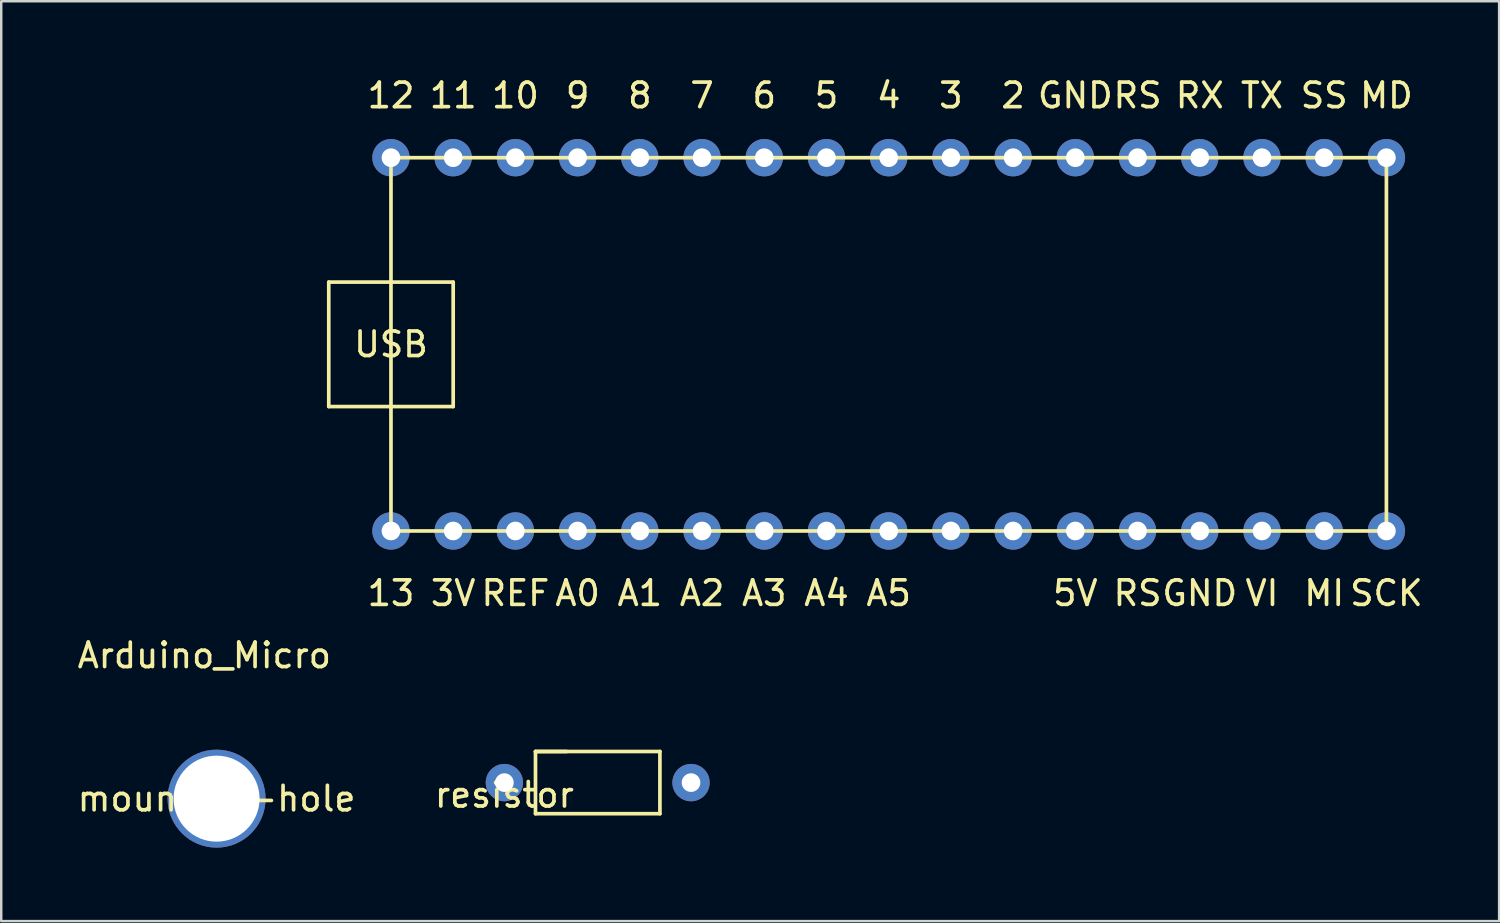
<source format=kicad_pcb>
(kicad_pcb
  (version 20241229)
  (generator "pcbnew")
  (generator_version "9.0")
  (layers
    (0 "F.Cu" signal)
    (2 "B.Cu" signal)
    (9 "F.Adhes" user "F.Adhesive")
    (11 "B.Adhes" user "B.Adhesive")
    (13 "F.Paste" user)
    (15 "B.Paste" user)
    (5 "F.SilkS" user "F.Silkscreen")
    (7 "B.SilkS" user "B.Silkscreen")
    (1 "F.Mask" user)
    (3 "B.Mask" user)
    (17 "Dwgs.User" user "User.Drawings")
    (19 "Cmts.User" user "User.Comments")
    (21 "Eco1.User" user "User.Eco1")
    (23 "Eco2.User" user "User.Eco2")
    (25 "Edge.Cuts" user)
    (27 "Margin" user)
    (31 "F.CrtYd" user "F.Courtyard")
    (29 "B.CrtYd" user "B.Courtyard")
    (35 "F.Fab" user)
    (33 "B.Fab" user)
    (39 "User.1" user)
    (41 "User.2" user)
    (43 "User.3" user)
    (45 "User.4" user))
  (footprint "Arduino_Micro"
    (layer "F.Cu")
    (at 12.912 18.628)
    (property "Reference" "Arduino_Micro" (at -7.62 5.08 0) (layer "F.SilkS") (effects (font (size 1 1) (thickness 0.15))))
    (attr through_hole)
    (fp_line (start -2.54 -10.16) (end 2.54 -10.16) (stroke (width 0.15) (type solid)) (layer "F.SilkS"))
    (fp_line (start -2.54 -5.08) (end -2.54 -10.16) (stroke (width 0.15) (type solid)) (layer "F.SilkS"))
    (fp_line (start 0 -15.24) (end 40.64 -15.24) (stroke (width 0.15) (type solid)) (layer "F.SilkS"))
    (fp_line (start 0 0) (end 0 -15.24) (stroke (width 0.15) (type solid)) (layer "F.SilkS"))
    (fp_line (start 2.54 -10.16) (end 2.54 -5.08) (stroke (width 0.15) (type solid)) (layer "F.SilkS"))
    (fp_line (start 2.54 -5.08) (end -2.54 -5.08) (stroke (width 0.15) (type solid)) (layer "F.SilkS"))
    (fp_line (start 40.64 -15.24) (end 40.64 0) (stroke (width 0.15) (type solid)) (layer "F.SilkS"))
    (fp_line (start 40.64 0) (end 0 0) (stroke (width 0.15) (type solid)) (layer "F.SilkS"))
    (fp_text user "5V" (at 27.94 2.54 0) (layer "F.SilkS") (effects (font (size 1 1) (thickness 0.15))))
    (fp_text user "GND" (at 33.02 2.54 0) (layer "F.SilkS") (effects (font (size 1 1) (thickness 0.15))))
    (fp_text user "13" (at 0 2.54 0) (layer "F.SilkS") (effects (font (size 1 1) (thickness 0.15))))
    (fp_text user "VI" (at 35.56 2.54 0) (layer "F.SilkS") (effects (font (size 1 1) (thickness 0.15))))
    (fp_text user "SS" (at 38.1 -17.78 0) (layer "F.SilkS") (effects (font (size 1 1) (thickness 0.15))))
    (fp_text user "5" (at 17.78 -17.78 0) (layer "F.SilkS") (effects (font (size 1 1) (thickness 0.15))))
    (fp_text user "A5" (at 20.32 2.54 0) (layer "F.SilkS") (effects (font (size 1 1) (thickness 0.15))))
    (fp_text user "10" (at 5.08 -17.78 0) (layer "F.SilkS") (effects (font (size 1 1) (thickness 0.15))))
    (fp_text user "7" (at 12.7 -17.78 0) (layer "F.SilkS") (effects (font (size 1 1) (thickness 0.15))))
    (fp_text user "TX" (at 35.56 -17.78 0) (layer "F.SilkS") (effects (font (size 1 1) (thickness 0.15))))
    (fp_text user "8" (at 10.16 -17.78 0) (layer "F.SilkS") (effects (font (size 1 1) (thickness 0.15))))
    (fp_text user "A0" (at 7.62 2.54 0) (layer "F.SilkS") (effects (font (size 1 1) (thickness 0.15))))
    (fp_text user "9" (at 7.62 -17.78 0) (layer "F.SilkS") (effects (font (size 1 1) (thickness 0.15))))
    (fp_text user "4" (at 20.32 -17.78 0) (layer "F.SilkS") (effects (font (size 1 1) (thickness 0.15))))
    (fp_text user "3" (at 22.86 -17.78 0) (layer "F.SilkS") (effects (font (size 1 1) (thickness 0.15))))
    (fp_text user "GND" (at 27.94 -17.78 0) (layer "F.SilkS") (effects (font (size 1 1) (thickness 0.15))))
    (fp_text user "MD" (at 40.64 -17.78 0) (layer "F.SilkS") (effects (font (size 1 1) (thickness 0.15))))
    (fp_text user "6" (at 15.24 -17.78 0) (layer "F.SilkS") (effects (font (size 1 1) (thickness 0.15))))
    (fp_text user "RX" (at 33.02 -17.78 0) (layer "F.SilkS") (effects (font (size 1 1) (thickness 0.15))))
    (fp_text user "USB" (at 0 -7.62 0) (layer "F.SilkS") (effects (font (size 1 1) (thickness 0.15))))
    (fp_text user "A1" (at 10.16 2.54 0) (layer "F.SilkS") (effects (font (size 1 1) (thickness 0.15))))
    (fp_text user "RS" (at 30.48 2.54 0) (layer "F.SilkS") (effects (font (size 1 1) (thickness 0.15))))
    (fp_text user "3V" (at 2.54 2.54 0) (layer "F.SilkS") (effects (font (size 1 1) (thickness 0.15))))
    (fp_text user "A4" (at 17.78 2.54 0) (layer "F.SilkS") (effects (font (size 1 1) (thickness 0.15))))
    (fp_text user "RS" (at 30.48 -17.78 0) (layer "F.SilkS") (effects (font (size 1 1) (thickness 0.15))))
    (fp_text user "MI" (at 38.1 2.54 0) (layer "F.SilkS") (effects (font (size 1 1) (thickness 0.15))))
    (fp_text user "SCK" (at 40.64 2.54 0) (layer "F.SilkS") (effects (font (size 1 1) (thickness 0.15))))
    (fp_text user "A2" (at 12.7 2.54 0) (layer "F.SilkS") (effects (font (size 1 1) (thickness 0.15))))
    (fp_text user "2" (at 25.4 -17.78 0) (layer "F.SilkS") (effects (font (size 1 1) (thickness 0.15))))
    (fp_text user "11" (at 2.54 -17.78 0) (layer "F.SilkS") (effects (font (size 1 1) (thickness 0.15))))
    (fp_text user "12" (at 0 -17.78 0) (layer "F.SilkS") (effects (font (size 1 1) (thickness 0.15))))
    (fp_text user "A3" (at 15.24 2.54 0) (layer "F.SilkS") (effects (font (size 1 1) (thickness 0.15))))
    (fp_text user "REF" (at 5.08 2.54 0) (layer "F.SilkS") (effects (font (size 1 1) (thickness 0.15))))
    (pad "1" thru_hole circle (at 0 0) (size 1.524 1.524) (drill 0.762) (layers "*.Cu" "*.Mask"))
    (pad "2" thru_hole circle (at 2.54 0) (size 1.524 1.524) (drill 0.762) (layers "*.Cu" "*.Mask"))
    (pad "3" thru_hole circle (at 5.08 0) (size 1.524 1.524) (drill 0.762) (layers "*.Cu" "*.Mask"))
    (pad "4" thru_hole circle (at 7.62 0) (size 1.524 1.524) (drill 0.762) (layers "*.Cu" "*.Mask"))
    (pad "5" thru_hole circle (at 10.16 0) (size 1.524 1.524) (drill 0.762) (layers "*.Cu" "*.Mask"))
    (pad "6" thru_hole circle (at 12.7 0) (size 1.524 1.524) (drill 0.762) (layers "*.Cu" "*.Mask"))
    (pad "7" thru_hole circle (at 15.24 0) (size 1.524 1.524) (drill 0.762) (layers "*.Cu" "*.Mask"))
    (pad "8" thru_hole circle (at 17.78 0) (size 1.524 1.524) (drill 0.762) (layers "*.Cu" "*.Mask"))
    (pad "9" thru_hole circle (at 20.32 0) (size 1.524 1.524) (drill 0.762) (layers "*.Cu" "*.Mask"))
    (pad "10" thru_hole circle (at 22.86 0) (size 1.524 1.524) (drill 0.762) (layers "*.Cu" "*.Mask"))
    (pad "11" thru_hole circle (at 25.4 0) (size 1.524 1.524) (drill 0.762) (layers "*.Cu" "*.Mask"))
    (pad "12" thru_hole circle (at 27.94 0) (size 1.524 1.524) (drill 0.762) (layers "*.Cu" "*.Mask"))
    (pad "13" thru_hole circle (at 30.48 0) (size 1.524 1.524) (drill 0.762) (layers "*.Cu" "*.Mask"))
    (pad "14" thru_hole circle (at 33.02 0) (size 1.524 1.524) (drill 0.762) (layers "*.Cu" "*.Mask"))
    (pad "15" thru_hole circle (at 35.56 0) (size 1.524 1.524) (drill 0.762) (layers "*.Cu" "*.Mask"))
    (pad "16" thru_hole circle (at 38.1 0) (size 1.524 1.524) (drill 0.762) (layers "*.Cu" "*.Mask"))
    (pad "17" thru_hole circle (at 40.64 0) (size 1.524 1.524) (drill 0.762) (layers "*.Cu" "*.Mask"))
    (pad "18" thru_hole circle (at 0 -15.24) (size 1.524 1.524) (drill 0.762) (layers "*.Cu" "*.Mask"))
    (pad "19" thru_hole circle (at 2.54 -15.24) (size 1.524 1.524) (drill 0.762) (layers "*.Cu" "*.Mask"))
    (pad "20" thru_hole circle (at 5.08 -15.24) (size 1.524 1.524) (drill 0.762) (layers "*.Cu" "*.Mask"))
    (pad "21" thru_hole circle (at 7.62 -15.24) (size 1.524 1.524) (drill 0.762) (layers "*.Cu" "*.Mask"))
    (pad "22" thru_hole circle (at 10.16 -15.24) (size 1.524 1.524) (drill 0.762) (layers "*.Cu" "*.Mask"))
    (pad "23" thru_hole circle (at 12.7 -15.24) (size 1.524 1.524) (drill 0.762) (layers "*.Cu" "*.Mask"))
    (pad "24" thru_hole circle (at 15.24 -15.24) (size 1.524 1.524) (drill 0.762) (layers "*.Cu" "*.Mask"))
    (pad "25" thru_hole circle (at 17.78 -15.24) (size 1.524 1.524) (drill 0.762) (layers "*.Cu" "*.Mask"))
    (pad "26" thru_hole circle (at 20.32 -15.24) (size 1.524 1.524) (drill 0.762) (layers "*.Cu" "*.Mask"))
    (pad "27" thru_hole circle (at 22.86 -15.24) (size 1.524 1.524) (drill 0.762) (layers "*.Cu" "*.Mask"))
    (pad "28" thru_hole circle (at 25.4 -15.24) (size 1.524 1.524) (drill 0.762) (layers "*.Cu" "*.Mask"))
    (pad "29" thru_hole circle (at 27.94 -15.24) (size 1.524 1.524) (drill 0.762) (layers "*.Cu" "*.Mask"))
    (pad "30" thru_hole circle (at 30.48 -15.24) (size 1.524 1.524) (drill 0.762) (layers "*.Cu" "*.Mask"))
    (pad "31" thru_hole circle (at 33.02 -15.24) (size 1.524 1.524) (drill 0.762) (layers "*.Cu" "*.Mask"))
    (pad "32" thru_hole circle (at 35.56 -15.24) (size 1.524 1.524) (drill 0.762) (layers "*.Cu" "*.Mask"))
    (pad "33" thru_hole circle (at 40.64 -15.24) (size 1.524 1.524) (drill 0.762) (layers "*.Cu" "*.Mask"))
    (pad "34" thru_hole circle (at 38.1 -15.24) (size 1.524 1.524) (drill 0.762) (layers "*.Cu" "*.Mask")))
  (footprint "mounting-hole"
    (layer "F.Cu")
    (at 5.792 29.556)
    (property "Reference" "mounting-hole" (at 0 0 0) (layer "F.SilkS") (effects (font (size 1 1) (thickness 0.15))))
    (attr through_hole)
    (pad "1" thru_hole circle (at 0 0) (size 4 4) (drill 3.51) (layers "*.Cu" "*.Mask")))
  (footprint "resistor"
    (layer "F.Cu")
    (at 17.542 28.901)
    (property "Reference" "resistor" (at 0 0.5 0) (layer "F.SilkS") (effects (font (size 1 1) (thickness 0.15))))
    (attr through_hole)
    (fp_line (start 1.27 -1.27) (end 1.27 1.27) (stroke (width 0.15) (type solid)) (layer "F.SilkS"))
    (fp_line (start 1.27 -1.27) (end 2.54 -1.27) (stroke (width 0.15) (type solid)) (layer "F.SilkS"))
    (fp_line (start 1.27 1.27) (end 6.35 1.27) (stroke (width 0.15) (type solid)) (layer "F.SilkS"))
    (fp_line (start 6.35 -1.27) (end 1.27 -1.27) (stroke (width 0.15) (type solid)) (layer "F.SilkS"))
    (fp_line (start 6.35 1.27) (end 6.35 -1.27) (stroke (width 0.15) (type solid)) (layer "F.SilkS"))
    (pad "1" thru_hole circle (at 0 0) (size 1.524 1.524) (drill 0.762) (layers "*.Cu" "*.Mask"))
    (pad "2" thru_hole circle (at 7.62 0) (size 1.524 1.524) (drill 0.762) (layers "*.Cu" "*.Mask")))
  (gr_rect
    (start -3 -3)
    (end 58.153 34.556)
    (stroke (width 0.1) (type default))
    (fill no)
    (layer "Edge.Cuts")))
</source>
